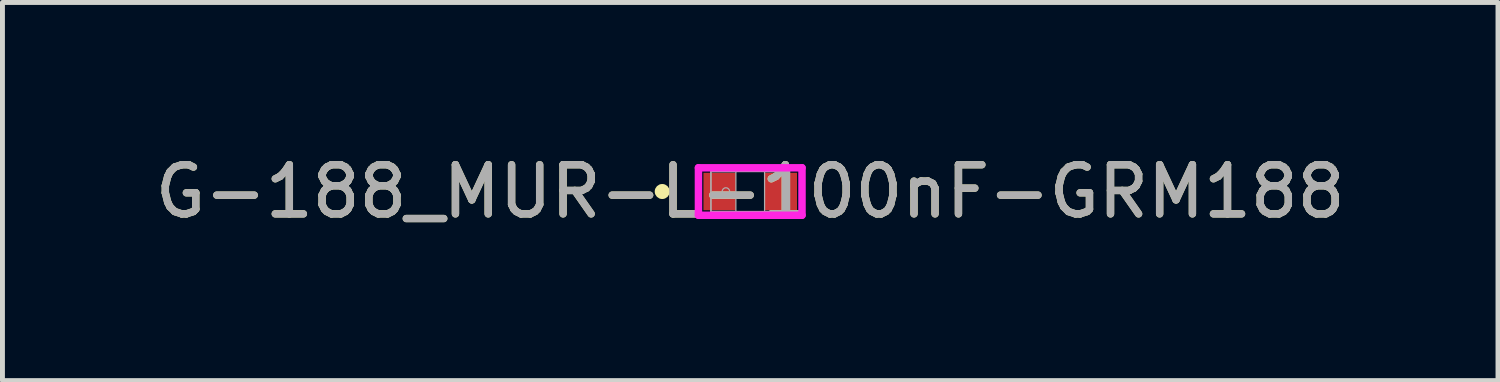
<source format=kicad_pcb>
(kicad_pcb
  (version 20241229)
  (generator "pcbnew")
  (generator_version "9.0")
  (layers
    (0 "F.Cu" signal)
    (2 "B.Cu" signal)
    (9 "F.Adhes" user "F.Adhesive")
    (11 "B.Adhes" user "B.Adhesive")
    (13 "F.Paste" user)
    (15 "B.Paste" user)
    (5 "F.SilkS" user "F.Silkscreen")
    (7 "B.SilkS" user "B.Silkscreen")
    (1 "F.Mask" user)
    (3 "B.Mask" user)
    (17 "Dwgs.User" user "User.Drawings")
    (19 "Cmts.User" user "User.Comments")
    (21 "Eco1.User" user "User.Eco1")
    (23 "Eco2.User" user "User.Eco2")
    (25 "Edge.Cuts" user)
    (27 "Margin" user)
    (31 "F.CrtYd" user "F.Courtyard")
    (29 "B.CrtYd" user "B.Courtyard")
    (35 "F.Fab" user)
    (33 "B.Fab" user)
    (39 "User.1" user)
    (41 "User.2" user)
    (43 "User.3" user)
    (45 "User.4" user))
  (footprint "G-188_MUR-L-100nF-GRM188"
    (layer "F.Cu")
    (at 12.22 0.848)
    (property "Reference" "G-188_MUR-L-100nF-GRM188" (at 0 0 0) (unlocked yes) (layer "F.SilkS") (effects (font (size 1 1) (thickness 0.15))))
    (attr smd)
    (fp_circle (center -1.791 0) (end -1.714 0) (stroke (width 0.152) (type solid)) (fill no) (layer "F.SilkS"))
    (fp_line (start -1.054 -0.483) (end 1.054 -0.483) (stroke (width 0.152) (type solid)) (layer "F.CrtYd"))
    (fp_line (start -1.054 0.483) (end -1.054 -0.483) (stroke (width 0.152) (type solid)) (layer "F.CrtYd"))
    (fp_line (start 1.054 -0.483) (end 1.054 0.483) (stroke (width 0.152) (type solid)) (layer "F.CrtYd"))
    (fp_line (start 1.054 0.483) (end -1.054 0.483) (stroke (width 0.152) (type solid)) (layer "F.CrtYd"))
    (fp_line (start -0.8 -0.406) (end -0.8 0.406) (stroke (width 0.025) (type solid)) (layer "F.Fab"))
    (fp_line (start -0.8 -0.406) (end -0.8 0.406) (stroke (width 0.025) (type solid)) (layer "F.Fab"))
    (fp_line (start -0.8 0.406) (end -0.292 0.406) (stroke (width 0.025) (type solid)) (layer "F.Fab"))
    (fp_line (start -0.8 0.406) (end 0.8 0.406) (stroke (width 0.025) (type solid)) (layer "F.Fab"))
    (fp_line (start -0.292 -0.406) (end -0.8 -0.406) (stroke (width 0.025) (type solid)) (layer "F.Fab"))
    (fp_line (start -0.292 0.406) (end -0.292 -0.406) (stroke (width 0.025) (type solid)) (layer "F.Fab"))
    (fp_line (start 0.292 -0.406) (end 0.292 0.406) (stroke (width 0.025) (type solid)) (layer "F.Fab"))
    (fp_line (start 0.292 0.406) (end 0.8 0.406) (stroke (width 0.025) (type solid)) (layer "F.Fab"))
    (fp_line (start 0.8 -0.406) (end -0.8 -0.406) (stroke (width 0.025) (type solid)) (layer "F.Fab"))
    (fp_line (start 0.8 -0.406) (end 0.292 -0.406) (stroke (width 0.025) (type solid)) (layer "F.Fab"))
    (fp_line (start 0.8 0.406) (end 0.8 -0.406) (stroke (width 0.025) (type solid)) (layer "F.Fab"))
    (fp_line (start 0.8 0.406) (end 0.8 -0.406) (stroke (width 0.025) (type solid)) (layer "F.Fab"))
    (fp_circle (center -0.495 0) (end -0.419 0) (stroke (width 0.025) (type solid)) (fill no) (layer "F.Fab"))
    (fp_text user "${REFERENCE}" (at 0 0 0) (unlocked yes) (layer "F.Fab") (effects (font (size 1 1) (thickness 0.15))))
    (pad "1" smd rect (at -0.622 0) (size 0.66 0.762) (layers "F.Cu" "F.Mask" "F.Paste"))
    (pad "2" smd rect (at 0.622 0) (size 0.66 0.762) (layers "F.Cu" "F.Mask" "F.Paste"))
    (zone (net_name "") (layer "F.Cu") (hatch full 0.508) (connect_pads) (min_thickness 0.254) (filled_areas_thickness no) (keepout (tracks not_allowed) (vias not_allowed) (pads allowed) (copperpour not_allowed) (footprints allowed)) (placement (enabled no)) (fill) (polygon (pts (xy 11.979 0.493) (xy 12.462 0.493) (xy 12.462 1.204) (xy 11.979 1.204)))))
  (gr_rect
    (start -3 -3)
    (end 27.44 4.697)
    (stroke (width 0.1) (type default))
    (fill no)
    (layer "Edge.Cuts")))
</source>
